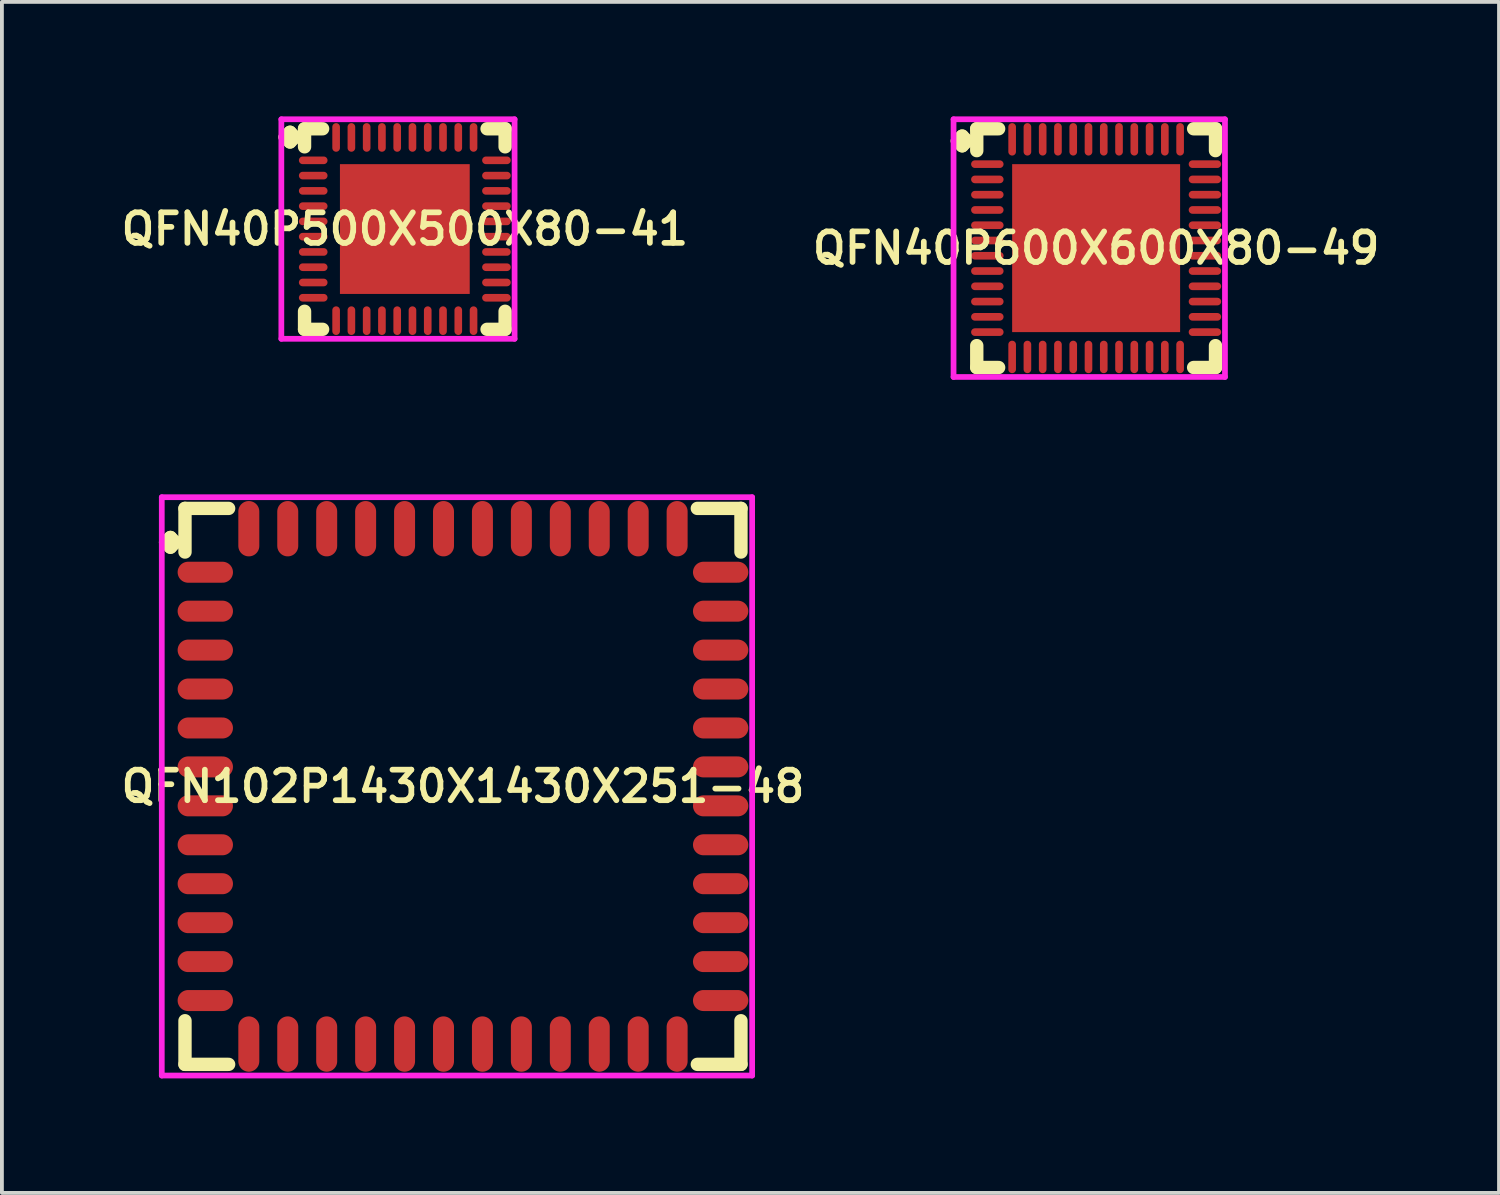
<source format=kicad_pcb>
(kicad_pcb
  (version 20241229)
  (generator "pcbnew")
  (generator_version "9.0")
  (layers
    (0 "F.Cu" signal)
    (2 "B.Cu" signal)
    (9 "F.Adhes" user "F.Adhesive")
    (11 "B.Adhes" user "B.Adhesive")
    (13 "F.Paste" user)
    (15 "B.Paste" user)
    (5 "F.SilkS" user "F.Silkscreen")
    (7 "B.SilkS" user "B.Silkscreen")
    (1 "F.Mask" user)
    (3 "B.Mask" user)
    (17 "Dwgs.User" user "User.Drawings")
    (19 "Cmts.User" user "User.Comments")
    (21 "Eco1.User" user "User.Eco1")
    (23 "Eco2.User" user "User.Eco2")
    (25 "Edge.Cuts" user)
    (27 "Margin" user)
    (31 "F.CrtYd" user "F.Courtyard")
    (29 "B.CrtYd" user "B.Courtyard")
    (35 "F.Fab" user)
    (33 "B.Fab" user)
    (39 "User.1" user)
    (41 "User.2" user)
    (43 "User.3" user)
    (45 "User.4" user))
  (footprint "QFN40P600X600X80-49"
    (layer "F.Cu")
    (at 25.664 3.45)
    (property "Reference" "QFN40P600X600X80-49" (at 0 0 0) (layer "F.SilkS") (effects (font (size 0.8 0.8) (thickness 0.15))))
    (attr smd)
    (fp_line (start -3.635 -2.808) (end -3.508 -2.935) (stroke (width 0.35) (type solid)) (layer "F.SilkS"))
    (fp_line (start -3.508 -2.935) (end -3.381 -2.808) (stroke (width 0.35) (type solid)) (layer "F.SilkS"))
    (fp_line (start -3.508 -2.681) (end -3.635 -2.808) (stroke (width 0.35) (type solid)) (layer "F.SilkS"))
    (fp_line (start -3.381 -2.808) (end -3.508 -2.681) (stroke (width 0.35) (type solid)) (layer "F.SilkS"))
    (fp_line (start -3.127 -3.127) (end -2.554 -3.127) (stroke (width 0.35) (type solid)) (layer "F.SilkS"))
    (fp_line (start -3.127 -2.554) (end -3.127 -3.127) (stroke (width 0.35) (type solid)) (layer "F.SilkS"))
    (fp_line (start -3.127 2.554) (end -3.127 3.127) (stroke (width 0.35) (type solid)) (layer "F.SilkS"))
    (fp_line (start -3.127 3.127) (end -2.554 3.127) (stroke (width 0.35) (type solid)) (layer "F.SilkS"))
    (fp_line (start 2.554 -3.127) (end 3.127 -3.127) (stroke (width 0.35) (type solid)) (layer "F.SilkS"))
    (fp_line (start 2.554 3.127) (end 3.127 3.127) (stroke (width 0.35) (type solid)) (layer "F.SilkS"))
    (fp_line (start 3.127 -3.127) (end 3.127 -2.554) (stroke (width 0.35) (type solid)) (layer "F.SilkS"))
    (fp_line (start 3.127 3.127) (end 3.127 2.554) (stroke (width 0.35) (type solid)) (layer "F.SilkS"))
    (fp_line (start -3.735 -3.375) (end 3.375 -3.375) (stroke (width 0.15) (type solid)) (layer "F.CrtYd"))
    (fp_line (start -3.735 3.375) (end -3.735 -3.375) (stroke (width 0.15) (type solid)) (layer "F.CrtYd"))
    (fp_line (start 3.375 -3.375) (end 3.375 3.375) (stroke (width 0.15) (type solid)) (layer "F.CrtYd"))
    (fp_line (start 3.375 3.375) (end -3.735 3.375) (stroke (width 0.15) (type solid)) (layer "F.CrtYd"))
    (pad "1" smd oval (at -2.85 -2.2) (size 0.85 0.2) (layers "F.Cu" "F.Mask" "F.Paste"))
    (pad "2" smd oval (at -2.85 -1.8) (size 0.85 0.2) (layers "F.Cu" "F.Mask" "F.Paste"))
    (pad "3" smd oval (at -2.85 -1.4) (size 0.85 0.2) (layers "F.Cu" "F.Mask" "F.Paste"))
    (pad "4" smd oval (at -2.85 -1) (size 0.85 0.2) (layers "F.Cu" "F.Mask" "F.Paste"))
    (pad "5" smd oval (at -2.85 -0.6) (size 0.85 0.2) (layers "F.Cu" "F.Mask" "F.Paste"))
    (pad "6" smd oval (at -2.85 -0.2) (size 0.85 0.2) (layers "F.Cu" "F.Mask" "F.Paste"))
    (pad "7" smd oval (at -2.85 0.2) (size 0.85 0.2) (layers "F.Cu" "F.Mask" "F.Paste"))
    (pad "8" smd oval (at -2.85 0.6) (size 0.85 0.2) (layers "F.Cu" "F.Mask" "F.Paste"))
    (pad "9" smd oval (at -2.85 1) (size 0.85 0.2) (layers "F.Cu" "F.Mask" "F.Paste"))
    (pad "10" smd oval (at -2.85 1.4) (size 0.85 0.2) (layers "F.Cu" "F.Mask" "F.Paste"))
    (pad "11" smd oval (at -2.85 1.8) (size 0.85 0.2) (layers "F.Cu" "F.Mask" "F.Paste"))
    (pad "12" smd oval (at -2.85 2.2) (size 0.85 0.2) (layers "F.Cu" "F.Mask" "F.Paste"))
    (pad "13" smd oval (at -2.2 2.85) (size 0.2 0.85) (layers "F.Cu" "F.Mask" "F.Paste"))
    (pad "14" smd oval (at -1.8 2.85) (size 0.2 0.85) (layers "F.Cu" "F.Mask" "F.Paste"))
    (pad "15" smd oval (at -1.4 2.85) (size 0.2 0.85) (layers "F.Cu" "F.Mask" "F.Paste"))
    (pad "16" smd oval (at -1 2.85) (size 0.2 0.85) (layers "F.Cu" "F.Mask" "F.Paste"))
    (pad "17" smd oval (at -0.6 2.85) (size 0.2 0.85) (layers "F.Cu" "F.Mask" "F.Paste"))
    (pad "18" smd oval (at -0.2 2.85) (size 0.2 0.85) (layers "F.Cu" "F.Mask" "F.Paste"))
    (pad "19" smd oval (at 0.2 2.85) (size 0.2 0.85) (layers "F.Cu" "F.Mask" "F.Paste"))
    (pad "20" smd oval (at 0.6 2.85) (size 0.2 0.85) (layers "F.Cu" "F.Mask" "F.Paste"))
    (pad "21" smd oval (at 1 2.85) (size 0.2 0.85) (layers "F.Cu" "F.Mask" "F.Paste"))
    (pad "22" smd oval (at 1.4 2.85) (size 0.2 0.85) (layers "F.Cu" "F.Mask" "F.Paste"))
    (pad "23" smd oval (at 1.8 2.85) (size 0.2 0.85) (layers "F.Cu" "F.Mask" "F.Paste"))
    (pad "24" smd oval (at 2.2 2.85) (size 0.2 0.85) (layers "F.Cu" "F.Mask" "F.Paste"))
    (pad "25" smd oval (at 2.85 2.2) (size 0.85 0.2) (layers "F.Cu" "F.Mask" "F.Paste"))
    (pad "26" smd oval (at 2.85 1.8) (size 0.85 0.2) (layers "F.Cu" "F.Mask" "F.Paste"))
    (pad "27" smd oval (at 2.85 1.4) (size 0.85 0.2) (layers "F.Cu" "F.Mask" "F.Paste"))
    (pad "28" smd oval (at 2.85 1) (size 0.85 0.2) (layers "F.Cu" "F.Mask" "F.Paste"))
    (pad "29" smd oval (at 2.85 0.6) (size 0.85 0.2) (layers "F.Cu" "F.Mask" "F.Paste"))
    (pad "30" smd oval (at 2.85 0.2) (size 0.85 0.2) (layers "F.Cu" "F.Mask" "F.Paste"))
    (pad "31" smd oval (at 2.85 -0.2) (size 0.85 0.2) (layers "F.Cu" "F.Mask" "F.Paste"))
    (pad "32" smd oval (at 2.85 -0.6) (size 0.85 0.2) (layers "F.Cu" "F.Mask" "F.Paste"))
    (pad "33" smd oval (at 2.85 -1) (size 0.85 0.2) (layers "F.Cu" "F.Mask" "F.Paste"))
    (pad "34" smd oval (at 2.85 -1.4) (size 0.85 0.2) (layers "F.Cu" "F.Mask" "F.Paste"))
    (pad "35" smd oval (at 2.85 -1.8) (size 0.85 0.2) (layers "F.Cu" "F.Mask" "F.Paste"))
    (pad "36" smd oval (at 2.85 -2.2) (size 0.85 0.2) (layers "F.Cu" "F.Mask" "F.Paste"))
    (pad "37" smd oval (at 2.2 -2.85) (size 0.2 0.85) (layers "F.Cu" "F.Mask" "F.Paste"))
    (pad "38" smd oval (at 1.8 -2.85) (size 0.2 0.85) (layers "F.Cu" "F.Mask" "F.Paste"))
    (pad "39" smd oval (at 1.4 -2.85) (size 0.2 0.85) (layers "F.Cu" "F.Mask" "F.Paste"))
    (pad "40" smd oval (at 1 -2.85) (size 0.2 0.85) (layers "F.Cu" "F.Mask" "F.Paste"))
    (pad "41" smd oval (at 0.6 -2.85) (size 0.2 0.85) (layers "F.Cu" "F.Mask" "F.Paste"))
    (pad "42" smd oval (at 0.2 -2.85) (size 0.2 0.85) (layers "F.Cu" "F.Mask" "F.Paste"))
    (pad "43" smd oval (at -0.2 -2.85) (size 0.2 0.85) (layers "F.Cu" "F.Mask" "F.Paste"))
    (pad "44" smd oval (at -0.6 -2.85) (size 0.2 0.85) (layers "F.Cu" "F.Mask" "F.Paste"))
    (pad "45" smd oval (at -1 -2.85) (size 0.2 0.85) (layers "F.Cu" "F.Mask" "F.Paste"))
    (pad "46" smd oval (at -1.4 -2.85) (size 0.2 0.85) (layers "F.Cu" "F.Mask" "F.Paste"))
    (pad "47" smd oval (at -1.8 -2.85) (size 0.2 0.85) (layers "F.Cu" "F.Mask" "F.Paste"))
    (pad "48" smd oval (at -2.2 -2.85) (size 0.2 0.85) (layers "F.Cu" "F.Mask" "F.Paste"))
    (pad "49" smd rect (at 0 0) (size 4.4 4.4) (layers "F.Cu" "F.Mask" "F.Paste")))
  (footprint "QFN40P500X500X80-41"
    (layer "F.Cu")
    (at 7.555 2.95)
    (property "Reference" "QFN40P500X500X80-41" (at 0 0 0) (layer "F.SilkS") (effects (font (size 0.8 0.8) (thickness 0.15))))
    (attr smd)
    (fp_line (start -3.135 -2.408) (end -3.008 -2.535) (stroke (width 0.35) (type solid)) (layer "F.SilkS"))
    (fp_line (start -3.008 -2.535) (end -2.881 -2.408) (stroke (width 0.35) (type solid)) (layer "F.SilkS"))
    (fp_line (start -3.008 -2.281) (end -3.135 -2.408) (stroke (width 0.35) (type solid)) (layer "F.SilkS"))
    (fp_line (start -2.881 -2.408) (end -3.008 -2.281) (stroke (width 0.35) (type solid)) (layer "F.SilkS"))
    (fp_line (start -2.627 -2.627) (end -2.154 -2.627) (stroke (width 0.35) (type solid)) (layer "F.SilkS"))
    (fp_line (start -2.627 -2.154) (end -2.627 -2.627) (stroke (width 0.35) (type solid)) (layer "F.SilkS"))
    (fp_line (start -2.627 2.154) (end -2.627 2.627) (stroke (width 0.35) (type solid)) (layer "F.SilkS"))
    (fp_line (start -2.627 2.627) (end -2.154 2.627) (stroke (width 0.35) (type solid)) (layer "F.SilkS"))
    (fp_line (start 2.154 -2.627) (end 2.627 -2.627) (stroke (width 0.35) (type solid)) (layer "F.SilkS"))
    (fp_line (start 2.154 2.627) (end 2.627 2.627) (stroke (width 0.35) (type solid)) (layer "F.SilkS"))
    (fp_line (start 2.627 -2.627) (end 2.627 -2.154) (stroke (width 0.35) (type solid)) (layer "F.SilkS"))
    (fp_line (start 2.627 2.627) (end 2.627 2.154) (stroke (width 0.35) (type solid)) (layer "F.SilkS"))
    (fp_line (start -3.235 -2.875) (end 2.875 -2.875) (stroke (width 0.15) (type solid)) (layer "F.CrtYd"))
    (fp_line (start -3.235 2.875) (end -3.235 -2.875) (stroke (width 0.15) (type solid)) (layer "F.CrtYd"))
    (fp_line (start 2.875 -2.875) (end 2.875 2.875) (stroke (width 0.15) (type solid)) (layer "F.CrtYd"))
    (fp_line (start 2.875 2.875) (end -3.235 2.875) (stroke (width 0.15) (type solid)) (layer "F.CrtYd"))
    (pad "1" smd oval (at -2.4 -1.8) (size 0.75 0.2) (layers "F.Cu" "F.Mask" "F.Paste"))
    (pad "2" smd oval (at -2.4 -1.4) (size 0.75 0.2) (layers "F.Cu" "F.Mask" "F.Paste"))
    (pad "3" smd oval (at -2.4 -1) (size 0.75 0.2) (layers "F.Cu" "F.Mask" "F.Paste"))
    (pad "4" smd oval (at -2.4 -0.6) (size 0.75 0.2) (layers "F.Cu" "F.Mask" "F.Paste"))
    (pad "5" smd oval (at -2.4 -0.2) (size 0.75 0.2) (layers "F.Cu" "F.Mask" "F.Paste"))
    (pad "6" smd oval (at -2.4 0.2) (size 0.75 0.2) (layers "F.Cu" "F.Mask" "F.Paste"))
    (pad "7" smd oval (at -2.4 0.6) (size 0.75 0.2) (layers "F.Cu" "F.Mask" "F.Paste"))
    (pad "8" smd oval (at -2.4 1) (size 0.75 0.2) (layers "F.Cu" "F.Mask" "F.Paste"))
    (pad "9" smd oval (at -2.4 1.4) (size 0.75 0.2) (layers "F.Cu" "F.Mask" "F.Paste"))
    (pad "10" smd oval (at -2.4 1.8) (size 0.75 0.2) (layers "F.Cu" "F.Mask" "F.Paste"))
    (pad "11" smd oval (at -1.8 2.4) (size 0.2 0.75) (layers "F.Cu" "F.Mask" "F.Paste"))
    (pad "12" smd oval (at -1.4 2.4) (size 0.2 0.75) (layers "F.Cu" "F.Mask" "F.Paste"))
    (pad "13" smd oval (at -1 2.4) (size 0.2 0.75) (layers "F.Cu" "F.Mask" "F.Paste"))
    (pad "14" smd oval (at -0.6 2.4) (size 0.2 0.75) (layers "F.Cu" "F.Mask" "F.Paste"))
    (pad "15" smd oval (at -0.2 2.4) (size 0.2 0.75) (layers "F.Cu" "F.Mask" "F.Paste"))
    (pad "16" smd oval (at 0.2 2.4) (size 0.2 0.75) (layers "F.Cu" "F.Mask" "F.Paste"))
    (pad "17" smd oval (at 0.6 2.4) (size 0.2 0.75) (layers "F.Cu" "F.Mask" "F.Paste"))
    (pad "18" smd oval (at 1 2.4) (size 0.2 0.75) (layers "F.Cu" "F.Mask" "F.Paste"))
    (pad "19" smd oval (at 1.4 2.4) (size 0.2 0.75) (layers "F.Cu" "F.Mask" "F.Paste"))
    (pad "20" smd oval (at 1.8 2.4) (size 0.2 0.75) (layers "F.Cu" "F.Mask" "F.Paste"))
    (pad "21" smd oval (at 2.4 1.8) (size 0.75 0.2) (layers "F.Cu" "F.Mask" "F.Paste"))
    (pad "22" smd oval (at 2.4 1.4) (size 0.75 0.2) (layers "F.Cu" "F.Mask" "F.Paste"))
    (pad "23" smd oval (at 2.4 1) (size 0.75 0.2) (layers "F.Cu" "F.Mask" "F.Paste"))
    (pad "24" smd oval (at 2.4 0.6) (size 0.75 0.2) (layers "F.Cu" "F.Mask" "F.Paste"))
    (pad "25" smd oval (at 2.4 0.2) (size 0.75 0.2) (layers "F.Cu" "F.Mask" "F.Paste"))
    (pad "26" smd oval (at 2.4 -0.2) (size 0.75 0.2) (layers "F.Cu" "F.Mask" "F.Paste"))
    (pad "27" smd oval (at 2.4 -0.6) (size 0.75 0.2) (layers "F.Cu" "F.Mask" "F.Paste"))
    (pad "28" smd oval (at 2.4 -1) (size 0.75 0.2) (layers "F.Cu" "F.Mask" "F.Paste"))
    (pad "29" smd oval (at 2.4 -1.4) (size 0.75 0.2) (layers "F.Cu" "F.Mask" "F.Paste"))
    (pad "30" smd oval (at 2.4 -1.8) (size 0.75 0.2) (layers "F.Cu" "F.Mask" "F.Paste"))
    (pad "31" smd oval (at 1.8 -2.4) (size 0.2 0.75) (layers "F.Cu" "F.Mask" "F.Paste"))
    (pad "32" smd oval (at 1.4 -2.4) (size 0.2 0.75) (layers "F.Cu" "F.Mask" "F.Paste"))
    (pad "33" smd oval (at 1 -2.4) (size 0.2 0.75) (layers "F.Cu" "F.Mask" "F.Paste"))
    (pad "34" smd oval (at 0.6 -2.4) (size 0.2 0.75) (layers "F.Cu" "F.Mask" "F.Paste"))
    (pad "35" smd oval (at 0.2 -2.4) (size 0.2 0.75) (layers "F.Cu" "F.Mask" "F.Paste"))
    (pad "36" smd oval (at -0.2 -2.4) (size 0.2 0.75) (layers "F.Cu" "F.Mask" "F.Paste"))
    (pad "37" smd oval (at -0.6 -2.4) (size 0.2 0.75) (layers "F.Cu" "F.Mask" "F.Paste"))
    (pad "38" smd oval (at -1 -2.4) (size 0.2 0.75) (layers "F.Cu" "F.Mask" "F.Paste"))
    (pad "39" smd oval (at -1.4 -2.4) (size 0.2 0.75) (layers "F.Cu" "F.Mask" "F.Paste"))
    (pad "40" smd oval (at -1.8 -2.4) (size 0.2 0.75) (layers "F.Cu" "F.Mask" "F.Paste"))
    (pad "41" smd rect (at 0 0) (size 3.4 3.4) (layers "F.Cu" "F.Mask" "F.Paste")))
  (footprint "QFN102P1430X1430X251-48"
    (layer "F.Cu")
    (at 9.078 17.55)
    (property "Reference" "QFN102P1430X1430X251-48" (at 0 0 0) (layer "F.SilkS") (effects (font (size 0.8 0.8) (thickness 0.15))))
    (attr through_hole)
    (fp_line (start -7.79 -6.393) (end -7.663 -6.52) (stroke (width 0.35) (type solid)) (layer "F.SilkS"))
    (fp_line (start -7.663 -6.52) (end -7.536 -6.393) (stroke (width 0.35) (type solid)) (layer "F.SilkS"))
    (fp_line (start -7.663 -6.266) (end -7.79 -6.393) (stroke (width 0.35) (type solid)) (layer "F.SilkS"))
    (fp_line (start -7.536 -6.393) (end -7.663 -6.266) (stroke (width 0.35) (type solid)) (layer "F.SilkS"))
    (fp_line (start -7.282 -7.282) (end -6.139 -7.282) (stroke (width 0.35) (type solid)) (layer "F.SilkS"))
    (fp_line (start -7.282 -6.139) (end -7.282 -7.282) (stroke (width 0.35) (type solid)) (layer "F.SilkS"))
    (fp_line (start -7.282 6.139) (end -7.282 7.282) (stroke (width 0.35) (type solid)) (layer "F.SilkS"))
    (fp_line (start -7.282 7.282) (end -6.139 7.282) (stroke (width 0.35) (type solid)) (layer "F.SilkS"))
    (fp_line (start 6.139 -7.282) (end 7.282 -7.282) (stroke (width 0.35) (type solid)) (layer "F.SilkS"))
    (fp_line (start 6.139 7.282) (end 7.282 7.282) (stroke (width 0.35) (type solid)) (layer "F.SilkS"))
    (fp_line (start 7.282 -7.282) (end 7.282 -6.139) (stroke (width 0.35) (type solid)) (layer "F.SilkS"))
    (fp_line (start 7.282 7.282) (end 7.282 6.139) (stroke (width 0.35) (type solid)) (layer "F.SilkS"))
    (fp_line (start -7.89 -7.575) (end 7.575 -7.575) (stroke (width 0.15) (type solid)) (layer "F.CrtYd"))
    (fp_line (start -7.89 7.575) (end -7.89 -7.575) (stroke (width 0.15) (type solid)) (layer "F.CrtYd"))
    (fp_line (start 7.575 -7.575) (end 7.575 7.575) (stroke (width 0.15) (type solid)) (layer "F.CrtYd"))
    (fp_line (start 7.575 7.575) (end -7.89 7.575) (stroke (width 0.15) (type solid)) (layer "F.CrtYd"))
    (pad "1" smd oval (at -6.75 -5.61) (size 1.45 0.55) (layers "F.Cu" "F.Mask" "F.Paste"))
    (pad "2" smd oval (at -6.75 -4.59) (size 1.45 0.55) (layers "F.Cu" "F.Mask" "F.Paste"))
    (pad "3" smd oval (at -6.75 -3.57) (size 1.45 0.55) (layers "F.Cu" "F.Mask" "F.Paste"))
    (pad "4" smd oval (at -6.75 -2.55) (size 1.45 0.55) (layers "F.Cu" "F.Mask" "F.Paste"))
    (pad "5" smd oval (at -6.75 -1.53) (size 1.45 0.55) (layers "F.Cu" "F.Mask" "F.Paste"))
    (pad "6" smd oval (at -6.75 -0.51) (size 1.45 0.55) (layers "F.Cu" "F.Mask" "F.Paste"))
    (pad "7" smd oval (at -6.75 0.51) (size 1.45 0.55) (layers "F.Cu" "F.Mask" "F.Paste"))
    (pad "8" smd oval (at -6.75 1.53) (size 1.45 0.55) (layers "F.Cu" "F.Mask" "F.Paste"))
    (pad "9" smd oval (at -6.75 2.55) (size 1.45 0.55) (layers "F.Cu" "F.Mask" "F.Paste"))
    (pad "10" smd oval (at -6.75 3.57) (size 1.45 0.55) (layers "F.Cu" "F.Mask" "F.Paste"))
    (pad "11" smd oval (at -6.75 4.59) (size 1.45 0.55) (layers "F.Cu" "F.Mask" "F.Paste"))
    (pad "12" smd oval (at -6.75 5.61) (size 1.45 0.55) (layers "F.Cu" "F.Mask" "F.Paste"))
    (pad "13" smd oval (at -5.61 6.75) (size 0.55 1.45) (layers "F.Cu" "F.Mask" "F.Paste"))
    (pad "14" smd oval (at -4.59 6.75) (size 0.55 1.45) (layers "F.Cu" "F.Mask" "F.Paste"))
    (pad "15" smd oval (at -3.57 6.75) (size 0.55 1.45) (layers "F.Cu" "F.Mask" "F.Paste"))
    (pad "16" smd oval (at -2.55 6.75) (size 0.55 1.45) (layers "F.Cu" "F.Mask" "F.Paste"))
    (pad "17" smd oval (at -1.53 6.75) (size 0.55 1.45) (layers "F.Cu" "F.Mask" "F.Paste"))
    (pad "18" smd oval (at -0.51 6.75) (size 0.55 1.45) (layers "F.Cu" "F.Mask" "F.Paste"))
    (pad "19" smd oval (at 0.51 6.75) (size 0.55 1.45) (layers "F.Cu" "F.Mask" "F.Paste"))
    (pad "20" smd oval (at 1.53 6.75) (size 0.55 1.45) (layers "F.Cu" "F.Mask" "F.Paste"))
    (pad "21" smd oval (at 2.55 6.75) (size 0.55 1.45) (layers "F.Cu" "F.Mask" "F.Paste"))
    (pad "22" smd oval (at 3.57 6.75) (size 0.55 1.45) (layers "F.Cu" "F.Mask" "F.Paste"))
    (pad "23" smd oval (at 4.59 6.75) (size 0.55 1.45) (layers "F.Cu" "F.Mask" "F.Paste"))
    (pad "24" smd oval (at 5.61 6.75) (size 0.55 1.45) (layers "F.Cu" "F.Mask" "F.Paste"))
    (pad "25" smd oval (at 6.75 5.61) (size 1.45 0.55) (layers "F.Cu" "F.Mask" "F.Paste"))
    (pad "26" smd oval (at 6.75 4.59) (size 1.45 0.55) (layers "F.Cu" "F.Mask" "F.Paste"))
    (pad "27" smd oval (at 6.75 3.57) (size 1.45 0.55) (layers "F.Cu" "F.Mask" "F.Paste"))
    (pad "28" smd oval (at 6.75 2.55) (size 1.45 0.55) (layers "F.Cu" "F.Mask" "F.Paste"))
    (pad "29" smd oval (at 6.75 1.53) (size 1.45 0.55) (layers "F.Cu" "F.Mask" "F.Paste"))
    (pad "30" smd oval (at 6.75 0.51) (size 1.45 0.55) (layers "F.Cu" "F.Mask" "F.Paste"))
    (pad "31" smd oval (at 6.75 -0.51) (size 1.45 0.55) (layers "F.Cu" "F.Mask" "F.Paste"))
    (pad "32" smd oval (at 6.75 -1.53) (size 1.45 0.55) (layers "F.Cu" "F.Mask" "F.Paste"))
    (pad "33" smd oval (at 6.75 -2.55) (size 1.45 0.55) (layers "F.Cu" "F.Mask" "F.Paste"))
    (pad "34" smd oval (at 6.75 -3.57) (size 1.45 0.55) (layers "F.Cu" "F.Mask" "F.Paste"))
    (pad "35" smd oval (at 6.75 -4.59) (size 1.45 0.55) (layers "F.Cu" "F.Mask" "F.Paste"))
    (pad "36" smd oval (at 6.75 -5.61) (size 1.45 0.55) (layers "F.Cu" "F.Mask" "F.Paste"))
    (pad "37" smd oval (at 5.61 -6.75) (size 0.55 1.45) (layers "F.Cu" "F.Mask" "F.Paste"))
    (pad "38" smd oval (at 4.59 -6.75) (size 0.55 1.45) (layers "F.Cu" "F.Mask" "F.Paste"))
    (pad "39" smd oval (at 3.57 -6.75) (size 0.55 1.45) (layers "F.Cu" "F.Mask" "F.Paste"))
    (pad "40" smd oval (at 2.55 -6.75) (size 0.55 1.45) (layers "F.Cu" "F.Mask" "F.Paste"))
    (pad "41" smd oval (at 1.53 -6.75) (size 0.55 1.45) (layers "F.Cu" "F.Mask" "F.Paste"))
    (pad "42" smd oval (at 0.51 -6.75) (size 0.55 1.45) (layers "F.Cu" "F.Mask" "F.Paste"))
    (pad "43" smd oval (at -0.51 -6.75) (size 0.55 1.45) (layers "F.Cu" "F.Mask" "F.Paste"))
    (pad "44" smd oval (at -1.53 -6.75) (size 0.55 1.45) (layers "F.Cu" "F.Mask" "F.Paste"))
    (pad "45" smd oval (at -2.55 -6.75) (size 0.55 1.45) (layers "F.Cu" "F.Mask" "F.Paste"))
    (pad "46" smd oval (at -3.57 -6.75) (size 0.55 1.45) (layers "F.Cu" "F.Mask" "F.Paste"))
    (pad "47" smd oval (at -4.59 -6.75) (size 0.55 1.45) (layers "F.Cu" "F.Mask" "F.Paste"))
    (pad "48" smd oval (at -5.61 -6.75) (size 0.55 1.45) (layers "F.Cu" "F.Mask" "F.Paste")))
  (gr_rect
    (start -3 -3)
    (end 36.218 28.2)
    (stroke (width 0.1) (type default))
    (fill no)
    (layer "Edge.Cuts")))
</source>
